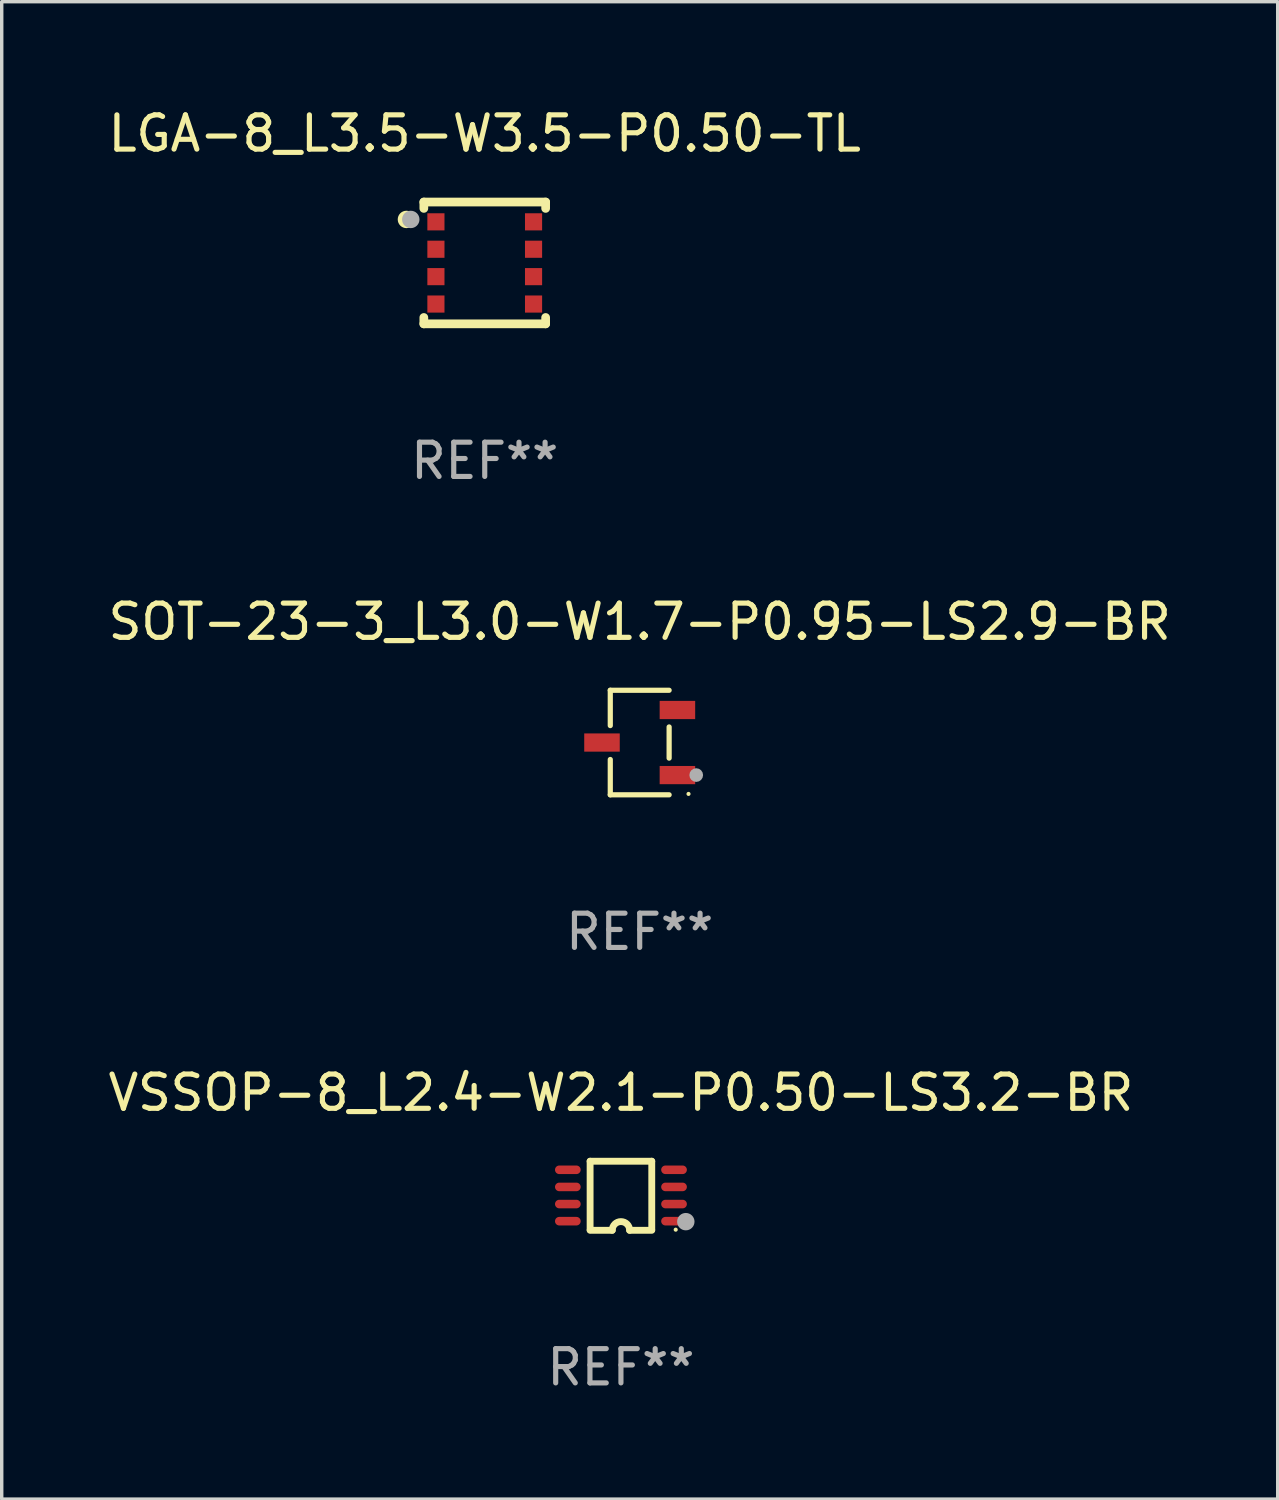
<source format=kicad_pcb>
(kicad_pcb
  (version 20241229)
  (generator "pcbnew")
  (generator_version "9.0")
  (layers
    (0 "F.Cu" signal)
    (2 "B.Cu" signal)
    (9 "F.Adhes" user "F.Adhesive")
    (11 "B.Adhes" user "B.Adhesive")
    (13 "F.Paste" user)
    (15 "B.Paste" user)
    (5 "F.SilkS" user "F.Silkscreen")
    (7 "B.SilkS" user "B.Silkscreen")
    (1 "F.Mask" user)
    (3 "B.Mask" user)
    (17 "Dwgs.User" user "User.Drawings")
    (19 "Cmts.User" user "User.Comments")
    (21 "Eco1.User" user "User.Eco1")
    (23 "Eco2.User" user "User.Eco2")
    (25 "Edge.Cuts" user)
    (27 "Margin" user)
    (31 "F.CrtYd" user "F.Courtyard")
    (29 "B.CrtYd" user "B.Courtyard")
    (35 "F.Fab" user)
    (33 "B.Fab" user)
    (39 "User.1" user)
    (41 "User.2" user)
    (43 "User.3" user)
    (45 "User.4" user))
  (footprint "LGA-8_L3.5-W3.5-P0.50-TL"
    (layer "F.Cu")
    (at 11.101 4.626)
    (property "Reference" "LGA-8_L3.5-W3.5-P0.50-TL" (at -0.000051 -3.778 0) (layer "F.SilkS") (effects (font (size 1 1) (thickness 0.15))))
    (attr smd)
    (fp_line (start -1.778 -1.778) (end -1.778 -1.592) (stroke (width 0.254) (type solid)) (layer "F.SilkS"))
    (fp_line (start -1.778 1.592) (end -1.778 1.778) (stroke (width 0.254) (type solid)) (layer "F.SilkS"))
    (fp_line (start -1.778 1.778) (end 1.778 1.778) (stroke (width 0.254) (type solid)) (layer "F.SilkS"))
    (fp_line (start 1.778 -1.778) (end -1.778 -1.778) (stroke (width 0.254) (type solid)) (layer "F.SilkS"))
    (fp_line (start 1.778 -1.592) (end 1.778 -1.778) (stroke (width 0.254) (type solid)) (layer "F.SilkS"))
    (fp_line (start 1.778 1.778) (end 1.778 1.592) (stroke (width 0.254) (type solid)) (layer "F.SilkS"))
    (fp_circle (center -2.286 -1.27) (end -2.159 -1.27) (stroke (width 0.254) (type solid)) (fill no) (layer "F.SilkS"))
    (fp_circle (center -1.75 -1.75) (end -1.72 -1.75) (stroke (width 0.06) (type solid)) (fill no) (layer "F.SilkS"))
    (fp_circle (center -2.159 -1.27) (end -2.032 -1.27) (stroke (width 0.254) (type solid)) (fill no) (layer "F.Fab"))
    (fp_text user "REF**" (at -0.000051 5.778 0) (layer "F.Fab") (effects (font (size 1 1) (thickness 0.15))))
    (pad "1" smd rect (at -1.425 -1.2) (size 0.5 0.5) (layers "F.Cu" "F.Mask" "F.Paste"))
    (pad "2" smd rect (at -1.425 -0.4) (size 0.5 0.5) (layers "F.Cu" "F.Mask" "F.Paste"))
    (pad "3" smd rect (at -1.425 0.4) (size 0.5 0.5) (layers "F.Cu" "F.Mask" "F.Paste"))
    (pad "4" smd rect (at -1.425 1.2) (size 0.5 0.5) (layers "F.Cu" "F.Mask" "F.Paste"))
    (pad "5" smd rect (at 1.425 1.2) (size 0.5 0.5) (layers "F.Cu" "F.Mask" "F.Paste"))
    (pad "6" smd rect (at 1.425 0.4) (size 0.5 0.5) (layers "F.Cu" "F.Mask" "F.Paste"))
    (pad "7" smd rect (at 1.425 -0.4) (size 0.5 0.5) (layers "F.Cu" "F.Mask" "F.Paste"))
    (pad "8" smd rect (at 1.425 -1.2) (size 0.5 0.5) (layers "F.Cu" "F.Mask" "F.Paste")))
  (footprint "VSSOP-8_L2.4-W2.1-P0.50-LS3.2-BR"
    (layer "F.Cu")
    (at 15.077 31.85)
    (property "Reference" "VSSOP-8_L2.4-W2.1-P0.50-LS3.2-BR" (at 0.000127 -3 0) (layer "F.SilkS") (effects (font (size 1 1) (thickness 0.15))))
    (attr smd)
    (fp_line (start -0.9 -1) (end -0.9 1) (stroke (width 0.2) (type solid)) (layer "F.SilkS"))
    (fp_line (start -0.254 1.016) (end -0.9 1.016) (stroke (width 0.2) (type solid)) (layer "F.SilkS"))
    (fp_line (start 0.254 1.016) (end 0.9 1.016) (stroke (width 0.2) (type solid)) (layer "F.SilkS"))
    (fp_line (start 0.9 -1) (end -0.9 -1) (stroke (width 0.2) (type solid)) (layer "F.SilkS"))
    (fp_line (start 0.9 1) (end 0.9 -1) (stroke (width 0.2) (type solid)) (layer "F.SilkS"))
    (fp_arc (start -0.254001 1.016002) (mid 0 0.762001) (end 0.254001 1.016002) (stroke (width 0.2) (type solid)) (layer "F.SilkS"))
    (fp_circle (center 1.599 0.998) (end 1.629 0.998) (stroke (width 0.06) (type solid)) (fill no) (layer "F.SilkS"))
    (fp_circle (center 1.894 0.764) (end 2.021 0.764) (stroke (width 0.254) (type solid)) (fill no) (layer "F.Fab"))
    (fp_text user "REF**" (at 0.000127 5.016 0) (layer "F.Fab") (effects (font (size 1 1) (thickness 0.15))))
    (pad "1" smd oval (at 1.55 0.75) (size 0.75 0.25) (layers "F.Cu" "F.Mask" "F.Paste"))
    (pad "2" smd oval (at 1.55 0.25) (size 0.75 0.25) (layers "F.Cu" "F.Mask" "F.Paste"))
    (pad "3" smd oval (at 1.55 -0.25) (size 0.75 0.25) (layers "F.Cu" "F.Mask" "F.Paste"))
    (pad "4" smd oval (at 1.55 -0.75) (size 0.75 0.25) (layers "F.Cu" "F.Mask" "F.Paste"))
    (pad "5" smd oval (at -1.55 -0.75) (size 0.75 0.25) (layers "F.Cu" "F.Mask" "F.Paste"))
    (pad "6" smd oval (at -1.55 -0.25) (size 0.75 0.25) (layers "F.Cu" "F.Mask" "F.Paste"))
    (pad "7" smd oval (at -1.55 0.25) (size 0.75 0.25) (layers "F.Cu" "F.Mask" "F.Paste"))
    (pad "8" smd oval (at -1.55 0.75) (size 0.75 0.25) (layers "F.Cu" "F.Mask" "F.Paste")))
  (footprint "SOT-23-3_L3.0-W1.7-P0.95-LS2.9-BR"
    (layer "F.Cu")
    (at 15.625 18.627)
    (property "Reference" "SOT-23-3_L3.0-W1.7-P0.95-LS2.9-BR" (at 0 -3.526 0) (layer "F.SilkS") (effects (font (size 1 1) (thickness 0.15))))
    (attr smd)
    (fp_line (start -0.859 -1.526) (end -0.859 -0.495) (stroke (width 0.152) (type solid)) (layer "F.SilkS"))
    (fp_line (start -0.859 1.526) (end -0.859 0.495) (stroke (width 0.152) (type solid)) (layer "F.SilkS"))
    (fp_line (start 0.859 -1.526) (end -0.859 -1.526) (stroke (width 0.152) (type solid)) (layer "F.SilkS"))
    (fp_line (start 0.859 -0.455) (end 0.859 0.455) (stroke (width 0.152) (type solid)) (layer "F.SilkS"))
    (fp_line (start 0.859 1.526) (end -0.859 1.526) (stroke (width 0.152) (type solid)) (layer "F.SilkS"))
    (fp_circle (center 1.425 1.5) (end 1.455 1.5) (stroke (width 0.06) (type solid)) (fill no) (layer "F.SilkS"))
    (fp_circle (center 1.65 0.95) (end 1.75 0.95) (stroke (width 0.2) (type solid)) (fill no) (layer "F.Fab"))
    (fp_text user "REF**" (at 0 5.526 0) (layer "F.Fab") (effects (font (size 1 1) (thickness 0.15))))
    (pad "1" smd rect (at 1.101 0.95) (size 1.037 0.532) (layers "F.Cu" "F.Mask" "F.Paste"))
    (pad "2" smd rect (at 1.101 -0.95) (size 1.037 0.532) (layers "F.Cu" "F.Mask" "F.Paste"))
    (pad "3" smd rect (at -1.101 0) (size 1.037 0.532) (layers "F.Cu" "F.Mask" "F.Paste")))
  (gr_rect
    (start -3 -3)
    (end 34.25 40.714)
    (stroke (width 0.1) (type default))
    (fill no)
    (layer "Edge.Cuts")))
</source>
